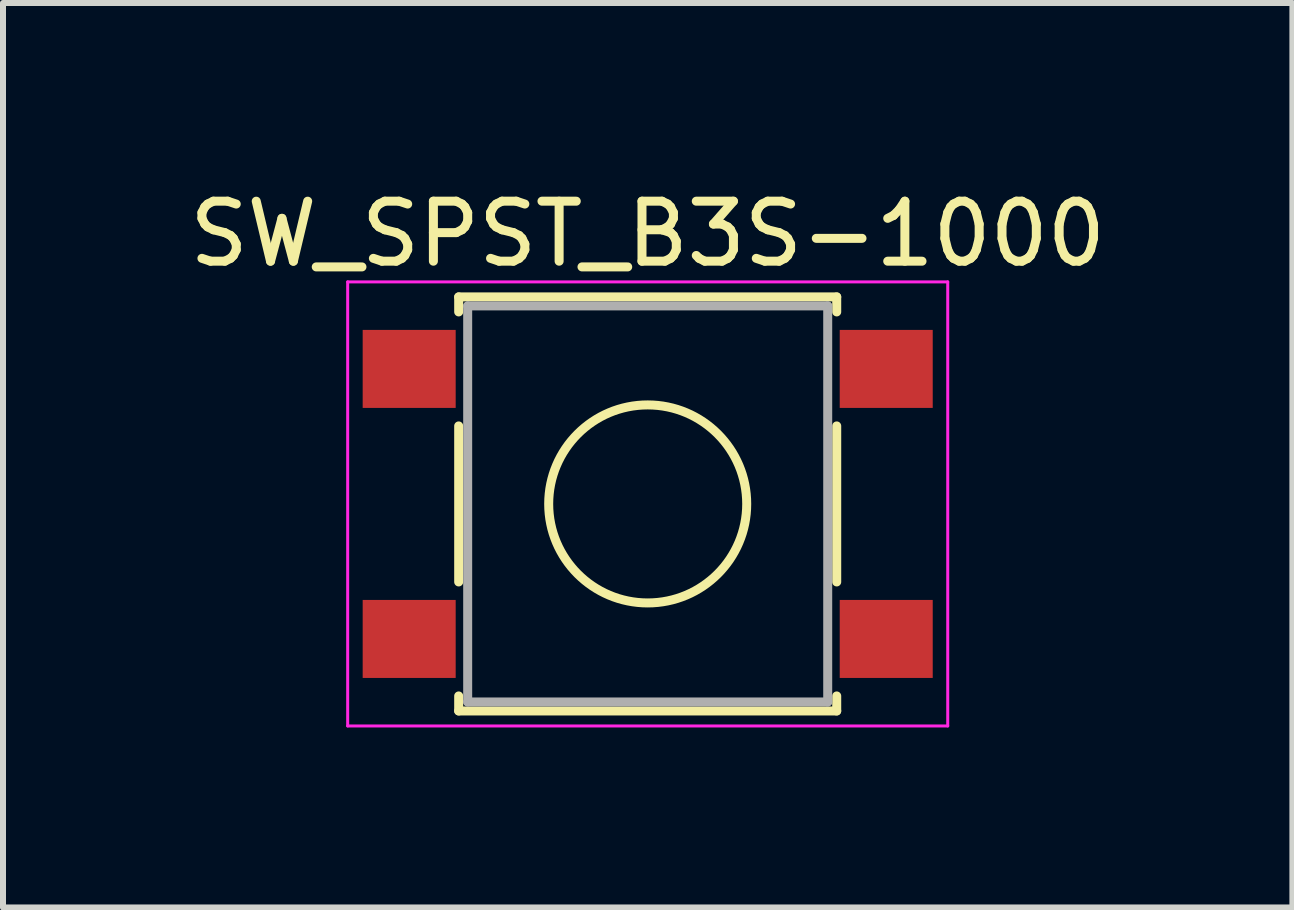
<source format=kicad_pcb>
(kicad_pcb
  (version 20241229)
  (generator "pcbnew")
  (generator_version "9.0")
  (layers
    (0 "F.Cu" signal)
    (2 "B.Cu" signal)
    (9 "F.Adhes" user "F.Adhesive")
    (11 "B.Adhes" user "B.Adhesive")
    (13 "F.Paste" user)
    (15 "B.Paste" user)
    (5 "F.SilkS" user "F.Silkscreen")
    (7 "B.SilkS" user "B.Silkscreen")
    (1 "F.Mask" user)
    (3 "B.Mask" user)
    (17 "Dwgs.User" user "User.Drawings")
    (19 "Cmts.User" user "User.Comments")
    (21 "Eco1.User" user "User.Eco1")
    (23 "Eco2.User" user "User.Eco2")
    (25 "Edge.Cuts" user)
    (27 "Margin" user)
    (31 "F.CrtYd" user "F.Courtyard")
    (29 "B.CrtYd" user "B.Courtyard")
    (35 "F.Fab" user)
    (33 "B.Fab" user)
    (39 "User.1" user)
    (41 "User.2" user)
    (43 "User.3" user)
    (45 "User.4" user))
  (footprint "SW_SPST_B3S-1000"
    (layer "F.Cu")
    (at 7.744 5.348)
    (property "Reference" "SW_SPST_B3S-1000" (at 0 -4.5 0) (layer "F.SilkS") (effects (font (size 1 1) (thickness 0.15))))
    (attr smd)
    (fp_line (start -3.15 -3.45) (end 3.15 -3.45) (stroke (width 0.15) (type solid)) (layer "F.SilkS"))
    (fp_line (start -3.15 -3.2) (end -3.15 -3.45) (stroke (width 0.15) (type solid)) (layer "F.SilkS"))
    (fp_line (start -3.15 1.3) (end -3.15 -1.3) (stroke (width 0.15) (type solid)) (layer "F.SilkS"))
    (fp_line (start -3.15 3.45) (end -3.15 3.2) (stroke (width 0.15) (type solid)) (layer "F.SilkS"))
    (fp_line (start 3.15 -3.45) (end 3.15 -3.2) (stroke (width 0.15) (type solid)) (layer "F.SilkS"))
    (fp_line (start 3.15 -1.3) (end 3.15 1.3) (stroke (width 0.15) (type solid)) (layer "F.SilkS"))
    (fp_line (start 3.15 3.2) (end 3.15 3.45) (stroke (width 0.15) (type solid)) (layer "F.SilkS"))
    (fp_line (start 3.15 3.45) (end -3.15 3.45) (stroke (width 0.15) (type solid)) (layer "F.SilkS"))
    (fp_circle (center 0 0) (end 1.65 0) (stroke (width 0.15) (type solid)) (fill no) (layer "F.SilkS"))
    (fp_line (start -5 -3.7) (end -5 3.7) (stroke (width 0.05) (type solid)) (layer "F.CrtYd"))
    (fp_line (start -5 3.7) (end 5 3.7) (stroke (width 0.05) (type solid)) (layer "F.CrtYd"))
    (fp_line (start 5 -3.7) (end -5 -3.7) (stroke (width 0.05) (type solid)) (layer "F.CrtYd"))
    (fp_line (start 5 3.7) (end 5 -3.7) (stroke (width 0.05) (type solid)) (layer "F.CrtYd"))
    (fp_line (start -3 -3.3) (end 3 -3.3) (stroke (width 0.15) (type solid)) (layer "F.Fab"))
    (fp_line (start -3 3.3) (end -3 -3.3) (stroke (width 0.15) (type solid)) (layer "F.Fab"))
    (fp_line (start 3 -3.3) (end 3 3.3) (stroke (width 0.15) (type solid)) (layer "F.Fab"))
    (fp_line (start 3 3.3) (end -3 3.3) (stroke (width 0.15) (type solid)) (layer "F.Fab"))
    (pad "1" smd rect (at -3.975 -2.25) (size 1.55 1.3) (layers "F.Cu" "F.Mask" "F.Paste"))
    (pad "1" smd rect (at 3.975 -2.25) (size 1.55 1.3) (layers "F.Cu" "F.Mask" "F.Paste"))
    (pad "2" smd rect (at -3.975 2.25) (size 1.55 1.3) (layers "F.Cu" "F.Mask" "F.Paste"))
    (pad "2" smd rect (at 3.975 2.25) (size 1.55 1.3) (layers "F.Cu" "F.Mask" "F.Paste")))
  (gr_rect
    (start -3 -3)
    (end 18.488 12.073)
    (stroke (width 0.1) (type default))
    (fill no)
    (layer "Edge.Cuts")))
</source>
